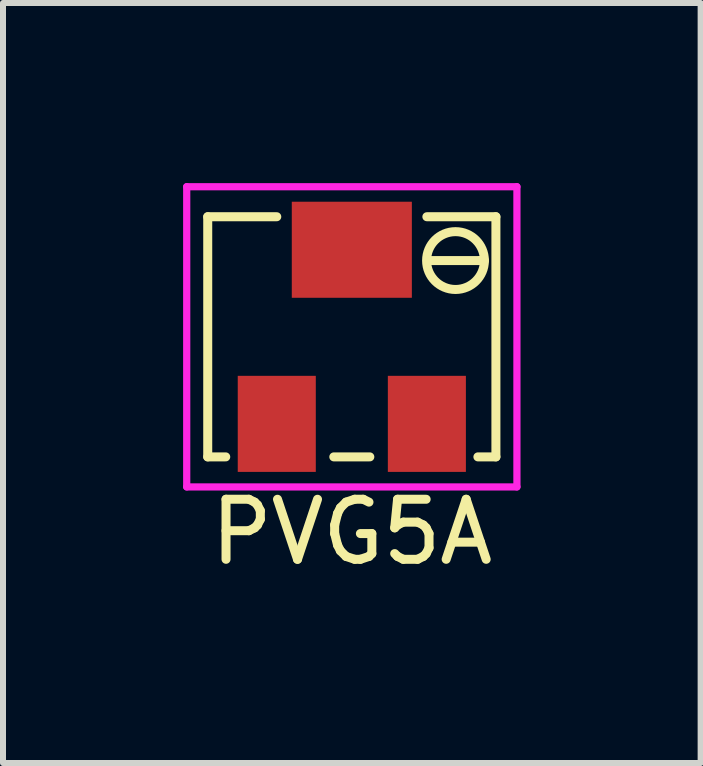
<source format=kicad_pcb>
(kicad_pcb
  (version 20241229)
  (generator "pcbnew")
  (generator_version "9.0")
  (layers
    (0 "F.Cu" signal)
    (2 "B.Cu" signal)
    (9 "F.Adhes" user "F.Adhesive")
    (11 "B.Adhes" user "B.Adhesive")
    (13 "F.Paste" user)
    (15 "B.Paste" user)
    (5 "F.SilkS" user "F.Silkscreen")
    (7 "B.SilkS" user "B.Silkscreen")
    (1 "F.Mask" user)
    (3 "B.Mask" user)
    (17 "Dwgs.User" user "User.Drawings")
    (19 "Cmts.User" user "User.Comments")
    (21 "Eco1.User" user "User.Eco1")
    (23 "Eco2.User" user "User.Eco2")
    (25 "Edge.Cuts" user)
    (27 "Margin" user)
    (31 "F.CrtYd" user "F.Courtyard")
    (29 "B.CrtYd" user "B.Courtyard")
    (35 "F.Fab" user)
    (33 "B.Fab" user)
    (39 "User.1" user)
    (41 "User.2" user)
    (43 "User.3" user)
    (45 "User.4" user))
  (footprint "PVG5A"
    (layer "F.Cu")
    (at 2.81 2.56)
    (property "Reference" "PVG5A" (at 0 3.251 0) (layer "F.SilkS") (effects (font (size 1 1) (thickness 0.15))))
    (attr through_hole)
    (fp_line (start -2.4 -2) (end -1.25 -2) (stroke (width 0.15) (type solid)) (layer "F.SilkS"))
    (fp_line (start -2.4 2) (end -2.4 -2) (stroke (width 0.15) (type solid)) (layer "F.SilkS"))
    (fp_line (start -2.4 2) (end -2.1 2) (stroke (width 0.15) (type solid)) (layer "F.SilkS"))
    (fp_line (start 0.3 2) (end -0.3 2) (stroke (width 0.15) (type solid)) (layer "F.SilkS"))
    (fp_line (start 1.25 -2) (end 2.4 -2) (stroke (width 0.15) (type solid)) (layer "F.SilkS"))
    (fp_line (start 1.27 -1.27) (end 2.134 -1.27) (stroke (width 0.15) (type solid)) (layer "F.SilkS"))
    (fp_line (start 2.134 -1.27) (end 2.209 -1.27) (stroke (width 0.15) (type solid)) (layer "F.SilkS"))
    (fp_line (start 2.4 -2) (end 2.4 2) (stroke (width 0.15) (type solid)) (layer "F.SilkS"))
    (fp_line (start 2.4 2) (end 2.1 2) (stroke (width 0.15) (type solid)) (layer "F.SilkS"))
    (fp_circle (center 1.727 -1.27) (end 2.184 -1.118) (stroke (width 0.15) (type solid)) (fill no) (layer "F.SilkS"))
    (fp_line (start -2.75 -2.5) (end 2.75 -2.5) (stroke (width 0.12) (type solid)) (layer "F.CrtYd"))
    (fp_line (start -2.75 2.5) (end -2.75 -2.5) (stroke (width 0.12) (type solid)) (layer "F.CrtYd"))
    (fp_line (start 2.75 -2.5) (end 2.75 2.5) (stroke (width 0.12) (type solid)) (layer "F.CrtYd"))
    (fp_line (start 2.75 2.5) (end -2.75 2.5) (stroke (width 0.12) (type solid)) (layer "F.CrtYd"))
    (pad "1" smd rect (at -1.25 1.45) (size 1.3 1.6) (layers "F.Cu" "F.Mask" "F.Paste"))
    (pad "2" smd rect (at 0 -1.45) (size 2 1.6) (layers "F.Cu" "F.Mask" "F.Paste"))
    (pad "3" smd rect (at 1.25 1.45) (size 1.3 1.6) (layers "F.Cu" "F.Mask" "F.Paste")))
  (gr_rect
    (start -3 -3)
    (end 8.62 9.659)
    (stroke (width 0.1) (type default))
    (fill no)
    (layer "Edge.Cuts")))
</source>
